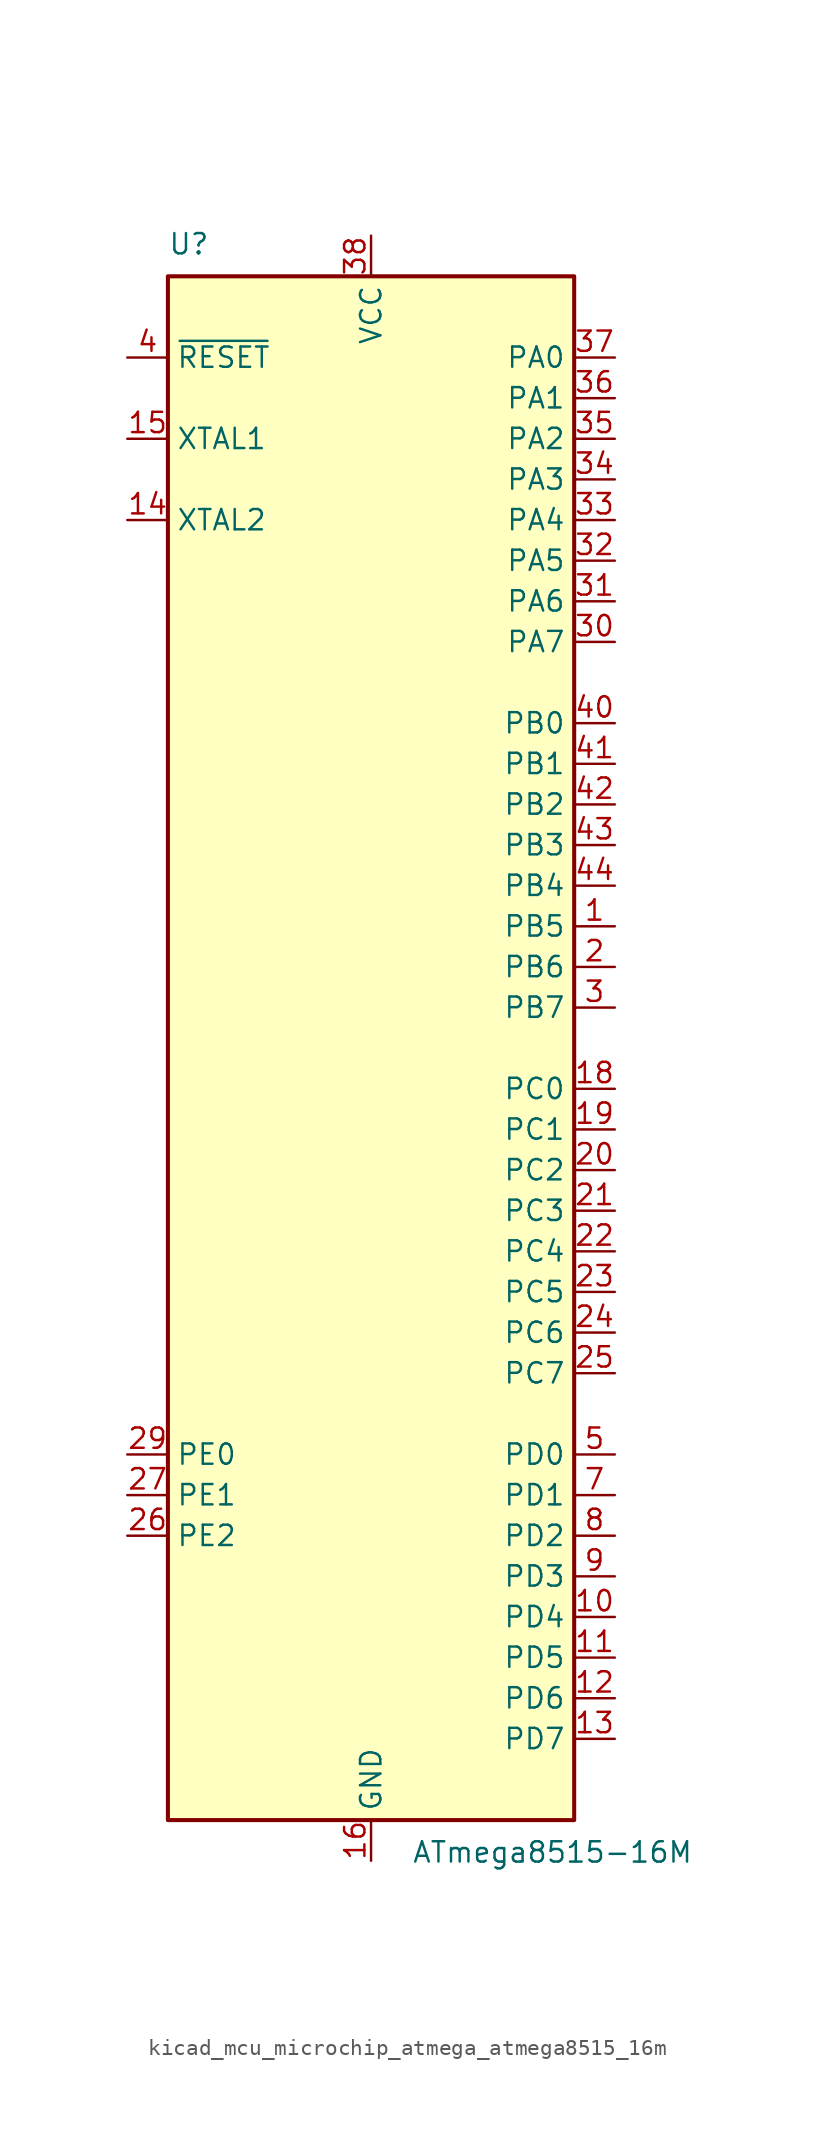
<source format=kicad_sym>
(kicad_symbol_lib
  (version 20220914)
  (generator kicad_symbol_editor)
  (symbol "kicad_mcu_microchip_atmega_atmega8515_16m"
    (property "Reference" "U"
      (at -12.7 49.53 0)
      (effects (font (size 1.27 1.27)) (justify left bottom)))
    (property "Value" "ATmega8515-16M"
      (at 2.54 -49.53 0)
      (effects (font (size 1.27 1.27)) (justify left top)))
    (symbol "kicad_mcu_microchip_atmega_atmega8515_16m_0_1"
      (rectangle (start -12.7 -48.26) (end 12.7 48.26) (stroke (width 0.254) (type default)) (fill (type background))))
    (symbol "kicad_mcu_microchip_atmega_atmega8515_16m_1_1"
      (pin bidirectional line (at 15.24 7.62 180) (length 2.54) (name "PB5" (effects (font (size 1.27 1.27)))) (number "1" (effects (font (size 1.27 1.27)))))
      (pin bidirectional line (at 15.24 -35.56 180) (length 2.54) (name "PD4" (effects (font (size 1.27 1.27)))) (number "10" (effects (font (size 1.27 1.27)))))
      (pin bidirectional line (at 15.24 -38.1 180) (length 2.54) (name "PD5" (effects (font (size 1.27 1.27)))) (number "11" (effects (font (size 1.27 1.27)))))
      (pin bidirectional line (at 15.24 -40.64 180) (length 2.54) (name "PD6" (effects (font (size 1.27 1.27)))) (number "12" (effects (font (size 1.27 1.27)))))
      (pin bidirectional line (at 15.24 -43.18 180) (length 2.54) (name "PD7" (effects (font (size 1.27 1.27)))) (number "13" (effects (font (size 1.27 1.27)))))
      (pin output line (at -15.24 33.02 0) (length 2.54) (name "XTAL2" (effects (font (size 1.27 1.27)))) (number "14" (effects (font (size 1.27 1.27)))))
      (pin input line (at -15.24 38.1 0) (length 2.54) (name "XTAL1" (effects (font (size 1.27 1.27)))) (number "15" (effects (font (size 1.27 1.27)))))
      (pin power_in line (at 0 -50.8 90) (length 2.54) (name "GND" (effects (font (size 1.27 1.27)))) (number "16" (effects (font (size 1.27 1.27)))))
      (pin no_connect line (at -12.7 -40.64 0) (length 2.54) hide (name "NC" (effects (font (size 1.27 1.27)))) (number "17" (effects (font (size 1.27 1.27)))))
      (pin bidirectional line (at 15.24 -2.54 180) (length 2.54) (name "PC0" (effects (font (size 1.27 1.27)))) (number "18" (effects (font (size 1.27 1.27)))))
      (pin bidirectional line (at 15.24 -5.08 180) (length 2.54) (name "PC1" (effects (font (size 1.27 1.27)))) (number "19" (effects (font (size 1.27 1.27)))))
      (pin bidirectional line (at 15.24 5.08 180) (length 2.54) (name "PB6" (effects (font (size 1.27 1.27)))) (number "2" (effects (font (size 1.27 1.27)))))
      (pin bidirectional line (at 15.24 -7.62 180) (length 2.54) (name "PC2" (effects (font (size 1.27 1.27)))) (number "20" (effects (font (size 1.27 1.27)))))
      (pin bidirectional line (at 15.24 -10.16 180) (length 2.54) (name "PC3" (effects (font (size 1.27 1.27)))) (number "21" (effects (font (size 1.27 1.27)))))
      (pin bidirectional line (at 15.24 -12.7 180) (length 2.54) (name "PC4" (effects (font (size 1.27 1.27)))) (number "22" (effects (font (size 1.27 1.27)))))
      (pin bidirectional line (at 15.24 -15.24 180) (length 2.54) (name "PC5" (effects (font (size 1.27 1.27)))) (number "23" (effects (font (size 1.27 1.27)))))
      (pin bidirectional line (at 15.24 -17.78 180) (length 2.54) (name "PC6" (effects (font (size 1.27 1.27)))) (number "24" (effects (font (size 1.27 1.27)))))
      (pin bidirectional line (at 15.24 -20.32 180) (length 2.54) (name "PC7" (effects (font (size 1.27 1.27)))) (number "25" (effects (font (size 1.27 1.27)))))
      (pin bidirectional line (at -15.24 -30.48 0) (length 2.54) (name "PE2" (effects (font (size 1.27 1.27)))) (number "26" (effects (font (size 1.27 1.27)))))
      (pin bidirectional line (at -15.24 -27.94 0) (length 2.54) (name "PE1" (effects (font (size 1.27 1.27)))) (number "27" (effects (font (size 1.27 1.27)))))
      (pin no_connect line (at -12.7 -43.18 0) (length 2.54) hide (name "NC" (effects (font (size 1.27 1.27)))) (number "28" (effects (font (size 1.27 1.27)))))
      (pin bidirectional line (at -15.24 -25.4 0) (length 2.54) (name "PE0" (effects (font (size 1.27 1.27)))) (number "29" (effects (font (size 1.27 1.27)))))
      (pin bidirectional line (at 15.24 2.54 180) (length 2.54) (name "PB7" (effects (font (size 1.27 1.27)))) (number "3" (effects (font (size 1.27 1.27)))))
      (pin bidirectional line (at 15.24 25.4 180) (length 2.54) (name "PA7" (effects (font (size 1.27 1.27)))) (number "30" (effects (font (size 1.27 1.27)))))
      (pin bidirectional line (at 15.24 27.94 180) (length 2.54) (name "PA6" (effects (font (size 1.27 1.27)))) (number "31" (effects (font (size 1.27 1.27)))))
      (pin bidirectional line (at 15.24 30.48 180) (length 2.54) (name "PA5" (effects (font (size 1.27 1.27)))) (number "32" (effects (font (size 1.27 1.27)))))
      (pin bidirectional line (at 15.24 33.02 180) (length 2.54) (name "PA4" (effects (font (size 1.27 1.27)))) (number "33" (effects (font (size 1.27 1.27)))))
      (pin bidirectional line (at 15.24 35.56 180) (length 2.54) (name "PA3" (effects (font (size 1.27 1.27)))) (number "34" (effects (font (size 1.27 1.27)))))
      (pin bidirectional line (at 15.24 38.1 180) (length 2.54) (name "PA2" (effects (font (size 1.27 1.27)))) (number "35" (effects (font (size 1.27 1.27)))))
      (pin bidirectional line (at 15.24 40.64 180) (length 2.54) (name "PA1" (effects (font (size 1.27 1.27)))) (number "36" (effects (font (size 1.27 1.27)))))
      (pin bidirectional line (at 15.24 43.18 180) (length 2.54) (name "PA0" (effects (font (size 1.27 1.27)))) (number "37" (effects (font (size 1.27 1.27)))))
      (pin power_in line (at 0 50.8 270) (length 2.54) (name "VCC" (effects (font (size 1.27 1.27)))) (number "38" (effects (font (size 1.27 1.27)))))
      (pin no_connect line (at -12.7 -45.72 0) (length 2.54) hide (name "NC" (effects (font (size 1.27 1.27)))) (number "39" (effects (font (size 1.27 1.27)))))
      (pin input line (at -15.24 43.18 0) (length 2.54) (name "~{RESET}" (effects (font (size 1.27 1.27)))) (number "4" (effects (font (size 1.27 1.27)))))
      (pin bidirectional line (at 15.24 20.32 180) (length 2.54) (name "PB0" (effects (font (size 1.27 1.27)))) (number "40" (effects (font (size 1.27 1.27)))))
      (pin bidirectional line (at 15.24 17.78 180) (length 2.54) (name "PB1" (effects (font (size 1.27 1.27)))) (number "41" (effects (font (size 1.27 1.27)))))
      (pin bidirectional line (at 15.24 15.24 180) (length 2.54) (name "PB2" (effects (font (size 1.27 1.27)))) (number "42" (effects (font (size 1.27 1.27)))))
      (pin bidirectional line (at 15.24 12.7 180) (length 2.54) (name "PB3" (effects (font (size 1.27 1.27)))) (number "43" (effects (font (size 1.27 1.27)))))
      (pin bidirectional line (at 15.24 10.16 180) (length 2.54) (name "PB4" (effects (font (size 1.27 1.27)))) (number "44" (effects (font (size 1.27 1.27)))))
      (pin passive line (at 0 -50.8 90) (length 2.54) hide (name "GND" (effects (font (size 1.27 1.27)))) (number "45" (effects (font (size 1.27 1.27)))))
      (pin bidirectional line (at 15.24 -25.4 180) (length 2.54) (name "PD0" (effects (font (size 1.27 1.27)))) (number "5" (effects (font (size 1.27 1.27)))))
      (pin no_connect line (at -12.7 -38.1 0) (length 2.54) hide (name "NC" (effects (font (size 1.27 1.27)))) (number "6" (effects (font (size 1.27 1.27)))))
      (pin bidirectional line (at 15.24 -27.94 180) (length 2.54) (name "PD1" (effects (font (size 1.27 1.27)))) (number "7" (effects (font (size 1.27 1.27)))))
      (pin bidirectional line (at 15.24 -30.48 180) (length 2.54) (name "PD2" (effects (font (size 1.27 1.27)))) (number "8" (effects (font (size 1.27 1.27)))))
      (pin bidirectional line (at 15.24 -33.02 180) (length 2.54) (name "PD3" (effects (font (size 1.27 1.27)))) (number "9" (effects (font (size 1.27 1.27))))))))
</source>
